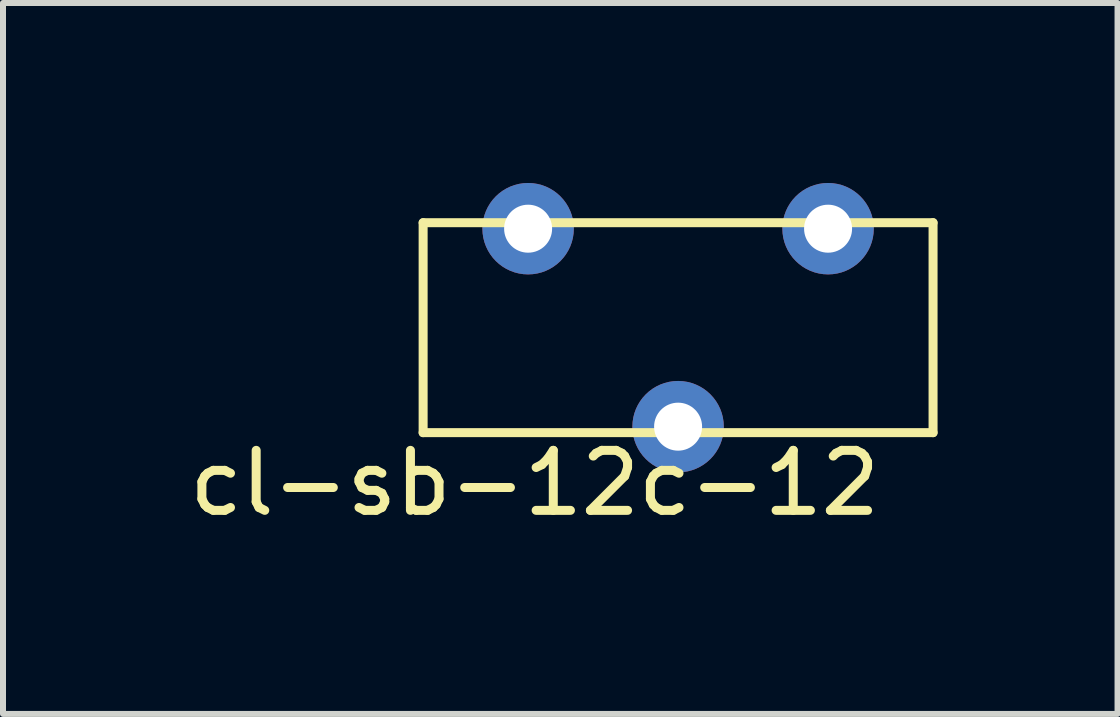
<source format=kicad_pcb>
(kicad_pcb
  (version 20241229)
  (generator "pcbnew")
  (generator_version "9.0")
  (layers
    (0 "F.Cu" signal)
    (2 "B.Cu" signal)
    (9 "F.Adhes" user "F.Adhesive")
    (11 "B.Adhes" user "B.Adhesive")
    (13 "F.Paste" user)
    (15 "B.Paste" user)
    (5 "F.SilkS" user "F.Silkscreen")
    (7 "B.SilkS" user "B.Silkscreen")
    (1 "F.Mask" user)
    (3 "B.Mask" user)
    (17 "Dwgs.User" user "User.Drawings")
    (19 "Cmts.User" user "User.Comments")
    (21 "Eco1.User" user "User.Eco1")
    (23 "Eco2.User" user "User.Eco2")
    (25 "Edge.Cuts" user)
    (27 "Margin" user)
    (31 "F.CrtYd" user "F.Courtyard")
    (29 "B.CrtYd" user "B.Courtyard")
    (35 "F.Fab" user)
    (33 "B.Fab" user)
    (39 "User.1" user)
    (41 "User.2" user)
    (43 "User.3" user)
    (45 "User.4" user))
  (footprint "cl-sb-12c-12"
    (layer "F.Cu")
    (at 5.753 0.762)
    (property "Reference" "cl-sb-12c-12" (at 0.11 4.24 0) (layer "F.SilkS") (effects (font (size 1 1) (thickness 0.15))))
    (attr through_hole)
    (fp_line (start -1.75 -0.1) (end 6.75 -0.1) (stroke (width 0.15) (type solid)) (layer "F.SilkS"))
    (fp_line (start -1.75 3.4) (end -1.75 -0.1) (stroke (width 0.15) (type solid)) (layer "F.SilkS"))
    (fp_line (start 6.75 -0.1) (end 6.75 3.4) (stroke (width 0.15) (type solid)) (layer "F.SilkS"))
    (fp_line (start 6.75 3.4) (end -1.75 3.4) (stroke (width 0.15) (type solid)) (layer "F.SilkS"))
    (pad "1" thru_hole circle (at 0 0) (size 1.524 1.524) (drill 0.8) (layers "*.Cu" "*.Mask"))
    (pad "2" thru_hole circle (at 2.5 3.3) (size 1.524 1.524) (drill 0.8) (layers "*.Cu" "*.Mask"))
    (pad "3" thru_hole circle (at 5 0) (size 1.524 1.524) (drill 0.8) (layers "*.Cu" "*.Mask")))
  (gr_rect
    (start -3 -3)
    (end 15.578 8.85)
    (stroke (width 0.1) (type default))
    (fill no)
    (layer "Edge.Cuts")))
</source>
